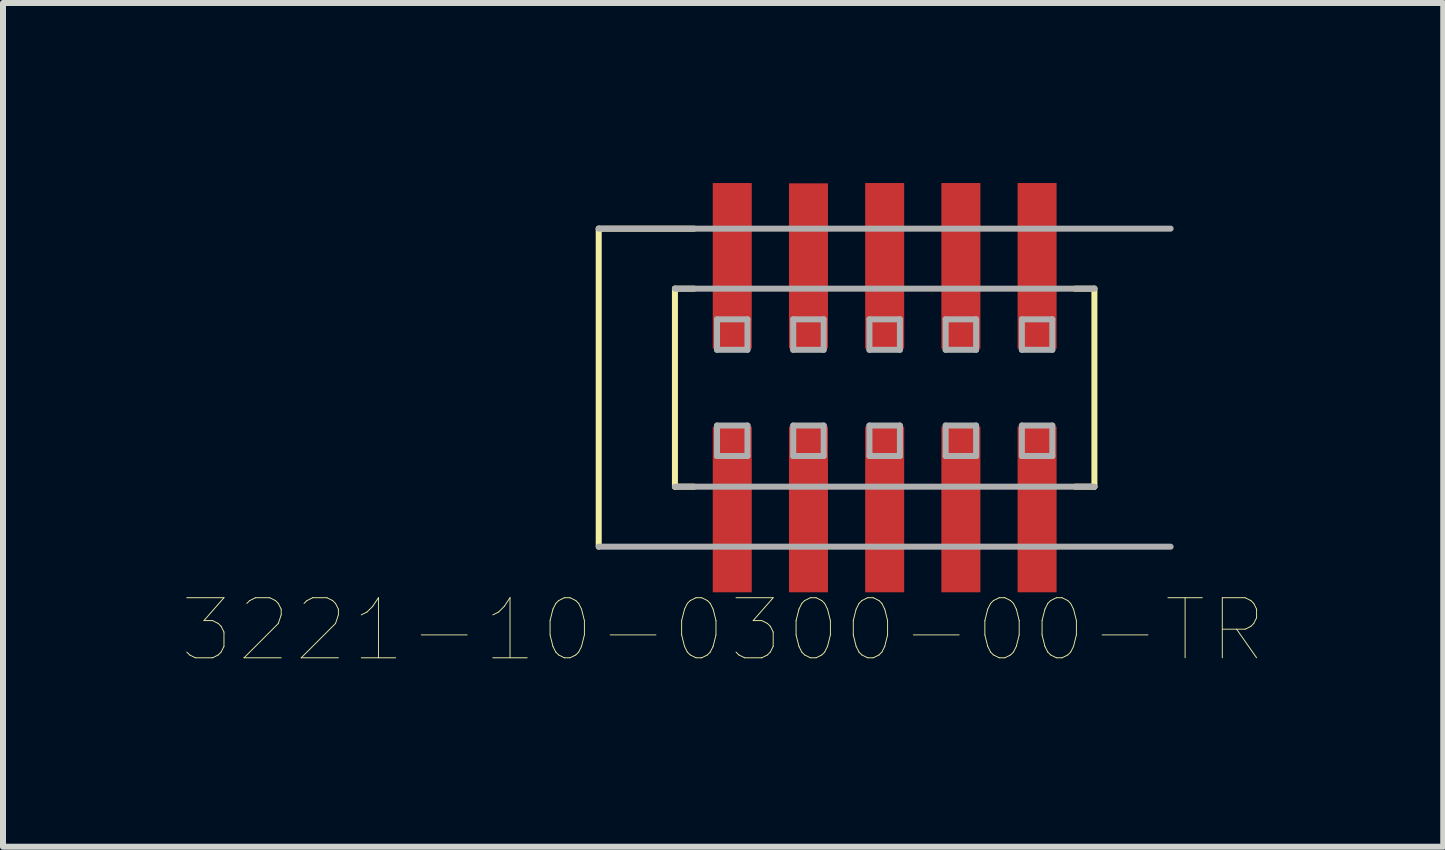
<source format=kicad_pcb>
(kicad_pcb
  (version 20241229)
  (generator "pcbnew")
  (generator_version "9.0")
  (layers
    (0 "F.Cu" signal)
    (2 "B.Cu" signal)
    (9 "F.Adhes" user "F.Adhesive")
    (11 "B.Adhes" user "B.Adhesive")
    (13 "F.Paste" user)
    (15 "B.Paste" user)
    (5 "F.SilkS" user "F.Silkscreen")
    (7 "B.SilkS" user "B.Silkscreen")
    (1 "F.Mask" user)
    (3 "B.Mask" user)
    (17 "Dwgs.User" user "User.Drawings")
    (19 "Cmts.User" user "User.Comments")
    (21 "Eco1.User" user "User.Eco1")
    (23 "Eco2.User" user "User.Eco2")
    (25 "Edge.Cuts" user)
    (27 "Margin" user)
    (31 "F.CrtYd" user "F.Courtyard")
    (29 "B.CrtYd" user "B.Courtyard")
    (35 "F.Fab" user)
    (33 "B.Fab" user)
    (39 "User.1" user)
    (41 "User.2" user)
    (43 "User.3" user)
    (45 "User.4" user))
  (footprint "3221-10-0300-00-TR"
    (layer "F.Cu")
    (at 11.692 3.41)
    (property "Reference" "3221-10-0300-00-TR" (at -2.692 4.039 180) (layer "F.SilkS") (effects (font (size 1.001 1.001) (thickness 0.015))))
    (attr through_hole)
    (fp_line (start -4.765 -2.65) (end -4.765 2.65) (stroke (width 0.1) (type solid)) (layer "F.SilkS"))
    (fp_line (start -3.495 -1.65) (end -3.495 1.65) (stroke (width 0.1) (type solid)) (layer "F.SilkS"))
    (fp_line (start -3.495 1.65) (end -3.175 1.65) (stroke (width 0.1) (type solid)) (layer "F.SilkS"))
    (fp_line (start -3.175 -2.65) (end -4.765 -2.65) (stroke (width 0.1) (type solid)) (layer "F.SilkS"))
    (fp_line (start -3.175 -1.65) (end -3.495 -1.65) (stroke (width 0.1) (type solid)) (layer "F.SilkS"))
    (fp_line (start 3.175 1.65) (end 3.495 1.65) (stroke (width 0.1) (type solid)) (layer "F.SilkS"))
    (fp_line (start 3.495 -1.65) (end 3.175 -1.65) (stroke (width 0.1) (type solid)) (layer "F.SilkS"))
    (fp_line (start 3.495 1.65) (end 3.495 -1.65) (stroke (width 0.1) (type solid)) (layer "F.SilkS"))
    (fp_line (start -4.765 2.65) (end 4.765 2.65) (stroke (width 0.1) (type solid)) (layer "F.Fab"))
    (fp_line (start -3.495 1.65) (end 3.495 1.65) (stroke (width 0.1) (type solid)) (layer "F.Fab"))
    (fp_line (start -2.794 -1.139) (end -2.794 -0.631) (stroke (width 0.1) (type solid)) (layer "F.Fab"))
    (fp_line (start -2.794 -0.631) (end -2.286 -0.631) (stroke (width 0.1) (type solid)) (layer "F.Fab"))
    (fp_line (start -2.794 0.631) (end -2.794 1.139) (stroke (width 0.1) (type solid)) (layer "F.Fab"))
    (fp_line (start -2.794 1.139) (end -2.286 1.139) (stroke (width 0.1) (type solid)) (layer "F.Fab"))
    (fp_line (start -2.286 -1.139) (end -2.794 -1.139) (stroke (width 0.1) (type solid)) (layer "F.Fab"))
    (fp_line (start -2.286 -0.631) (end -2.286 -1.139) (stroke (width 0.1) (type solid)) (layer "F.Fab"))
    (fp_line (start -2.286 0.631) (end -2.794 0.631) (stroke (width 0.1) (type solid)) (layer "F.Fab"))
    (fp_line (start -2.286 1.139) (end -2.286 0.631) (stroke (width 0.1) (type solid)) (layer "F.Fab"))
    (fp_line (start -1.524 -1.139) (end -1.524 -0.631) (stroke (width 0.1) (type solid)) (layer "F.Fab"))
    (fp_line (start -1.524 -0.631) (end -1.016 -0.631) (stroke (width 0.1) (type solid)) (layer "F.Fab"))
    (fp_line (start -1.524 0.631) (end -1.524 1.139) (stroke (width 0.1) (type solid)) (layer "F.Fab"))
    (fp_line (start -1.524 1.139) (end -1.016 1.139) (stroke (width 0.1) (type solid)) (layer "F.Fab"))
    (fp_line (start -1.016 -1.139) (end -1.524 -1.139) (stroke (width 0.1) (type solid)) (layer "F.Fab"))
    (fp_line (start -1.016 -0.631) (end -1.016 -1.139) (stroke (width 0.1) (type solid)) (layer "F.Fab"))
    (fp_line (start -1.016 0.631) (end -1.524 0.631) (stroke (width 0.1) (type solid)) (layer "F.Fab"))
    (fp_line (start -1.016 1.139) (end -1.016 0.631) (stroke (width 0.1) (type solid)) (layer "F.Fab"))
    (fp_line (start -0.254 -1.139) (end -0.254 -0.631) (stroke (width 0.1) (type solid)) (layer "F.Fab"))
    (fp_line (start -0.254 -0.631) (end 0.254 -0.631) (stroke (width 0.1) (type solid)) (layer "F.Fab"))
    (fp_line (start -0.254 0.631) (end -0.254 1.139) (stroke (width 0.1) (type solid)) (layer "F.Fab"))
    (fp_line (start -0.254 1.139) (end 0.254 1.139) (stroke (width 0.1) (type solid)) (layer "F.Fab"))
    (fp_line (start 0.254 -1.139) (end -0.254 -1.139) (stroke (width 0.1) (type solid)) (layer "F.Fab"))
    (fp_line (start 0.254 -0.631) (end 0.254 -1.139) (stroke (width 0.1) (type solid)) (layer "F.Fab"))
    (fp_line (start 0.254 0.631) (end -0.254 0.631) (stroke (width 0.1) (type solid)) (layer "F.Fab"))
    (fp_line (start 0.254 1.139) (end 0.254 0.631) (stroke (width 0.1) (type solid)) (layer "F.Fab"))
    (fp_line (start 1.016 -1.139) (end 1.016 -0.631) (stroke (width 0.1) (type solid)) (layer "F.Fab"))
    (fp_line (start 1.016 -0.631) (end 1.524 -0.631) (stroke (width 0.1) (type solid)) (layer "F.Fab"))
    (fp_line (start 1.016 0.631) (end 1.016 1.139) (stroke (width 0.1) (type solid)) (layer "F.Fab"))
    (fp_line (start 1.016 1.139) (end 1.524 1.139) (stroke (width 0.1) (type solid)) (layer "F.Fab"))
    (fp_line (start 1.524 -1.139) (end 1.016 -1.139) (stroke (width 0.1) (type solid)) (layer "F.Fab"))
    (fp_line (start 1.524 -0.631) (end 1.524 -1.139) (stroke (width 0.1) (type solid)) (layer "F.Fab"))
    (fp_line (start 1.524 0.631) (end 1.016 0.631) (stroke (width 0.1) (type solid)) (layer "F.Fab"))
    (fp_line (start 1.524 1.139) (end 1.524 0.631) (stroke (width 0.1) (type solid)) (layer "F.Fab"))
    (fp_line (start 2.286 -1.139) (end 2.286 -0.631) (stroke (width 0.1) (type solid)) (layer "F.Fab"))
    (fp_line (start 2.286 -0.631) (end 2.794 -0.631) (stroke (width 0.1) (type solid)) (layer "F.Fab"))
    (fp_line (start 2.286 0.631) (end 2.286 1.139) (stroke (width 0.1) (type solid)) (layer "F.Fab"))
    (fp_line (start 2.286 1.139) (end 2.794 1.139) (stroke (width 0.1) (type solid)) (layer "F.Fab"))
    (fp_line (start 2.794 -1.139) (end 2.286 -1.139) (stroke (width 0.1) (type solid)) (layer "F.Fab"))
    (fp_line (start 2.794 -0.631) (end 2.794 -1.139) (stroke (width 0.1) (type solid)) (layer "F.Fab"))
    (fp_line (start 2.794 0.631) (end 2.286 0.631) (stroke (width 0.1) (type solid)) (layer "F.Fab"))
    (fp_line (start 2.794 1.139) (end 2.794 0.631) (stroke (width 0.1) (type solid)) (layer "F.Fab"))
    (fp_line (start 3.495 -1.65) (end -3.495 -1.65) (stroke (width 0.1) (type solid)) (layer "F.Fab"))
    (fp_line (start 4.765 -2.65) (end -4.765 -2.65) (stroke (width 0.1) (type solid)) (layer "F.Fab"))
    (pad "1" smd rect (at -2.54 2.03) (size 0.65 2.76) (layers "F.Cu" "F.Mask" "F.Paste"))
    (pad "2" smd rect (at -2.54 -2.03) (size 0.65 2.76) (layers "F.Cu" "F.Mask" "F.Paste"))
    (pad "3" smd rect (at -1.27 2.03) (size 0.65 2.76) (layers "F.Cu" "F.Mask" "F.Paste"))
    (pad "4" smd rect (at -1.27 -2.03) (size 0.65 2.75) (layers "F.Cu" "F.Mask" "F.Paste"))
    (pad "5" smd rect (at 0 2.03) (size 0.65 2.76) (layers "F.Cu" "F.Mask" "F.Paste"))
    (pad "6" smd rect (at 0 -2.03) (size 0.65 2.76) (layers "F.Cu" "F.Mask" "F.Paste"))
    (pad "7" smd rect (at 1.27 2.03) (size 0.65 2.76) (layers "F.Cu" "F.Mask" "F.Paste"))
    (pad "8" smd rect (at 1.27 -2.03) (size 0.65 2.76) (layers "F.Cu" "F.Mask" "F.Paste"))
    (pad "9" smd rect (at 2.54 2.03) (size 0.65 2.76) (layers "F.Cu" "F.Mask" "F.Paste"))
    (pad "10" smd rect (at 2.54 -2.03) (size 0.65 2.76) (layers "F.Cu" "F.Mask" "F.Paste")))
  (gr_rect
    (start -3 -3)
    (end 21 11.06)
    (stroke (width 0.1) (type default))
    (fill no)
    (layer "Edge.Cuts")))
</source>
